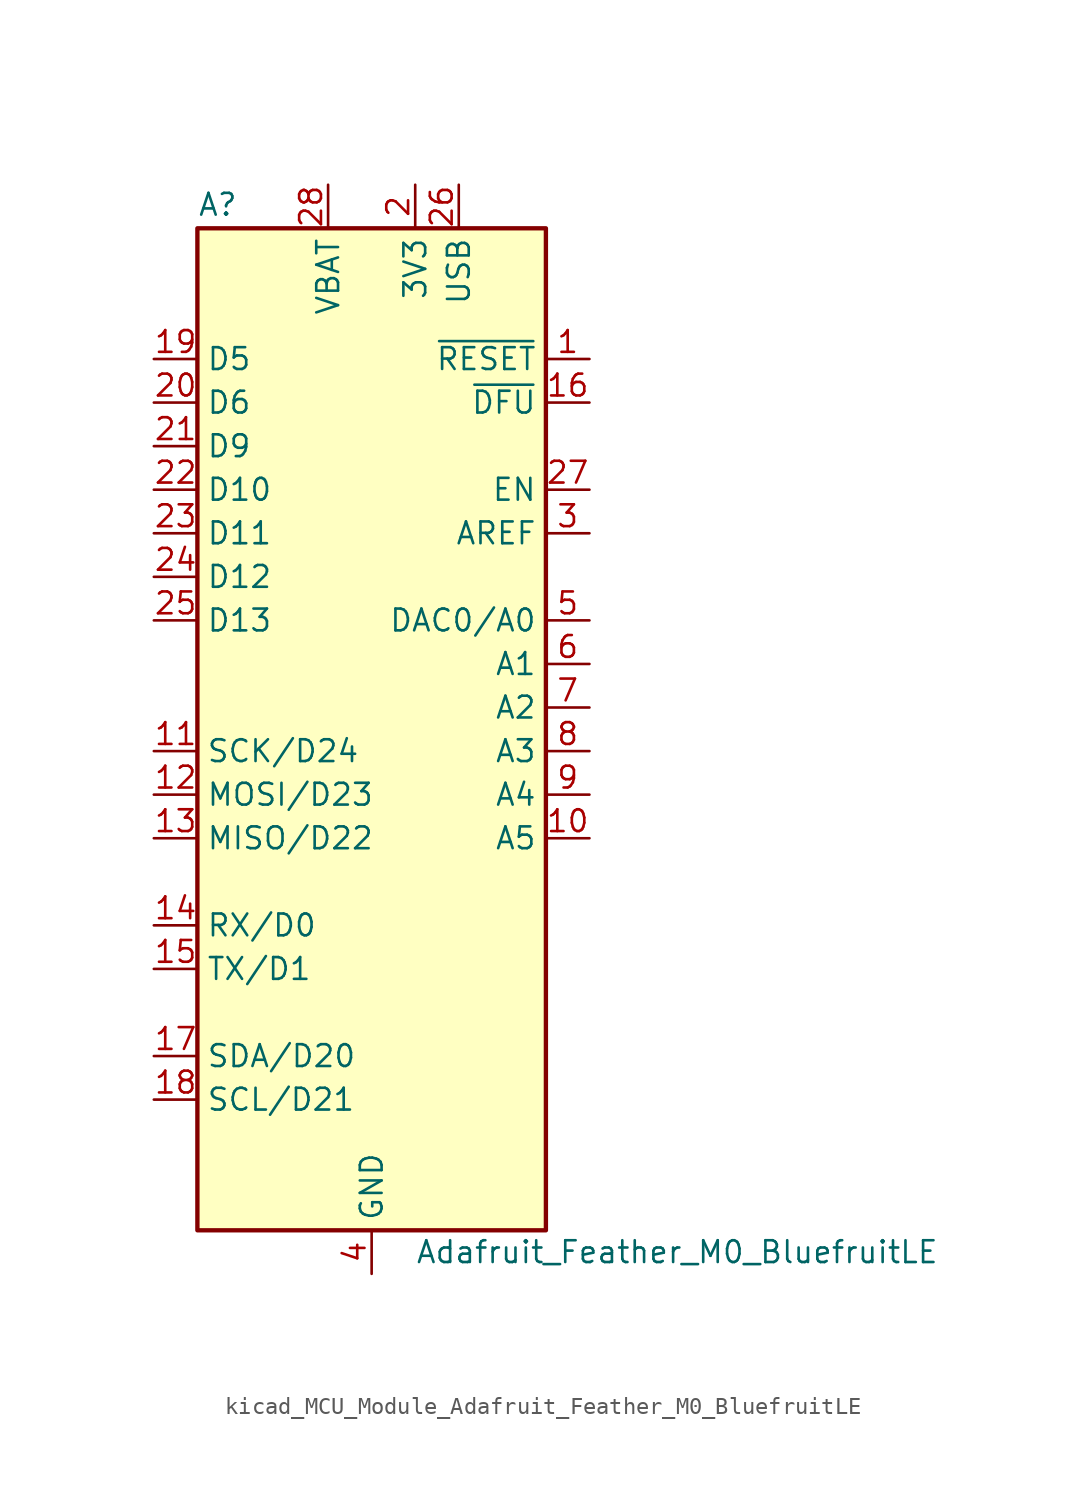
<source format=kicad_sym>
(kicad_symbol_lib
  (version 20220914)
  (generator kicad_symbol_editor)
  (symbol "kicad_MCU_Module_Adafruit_Feather_M0_BluefruitLE"
    (property "Reference" "A"
      (at -10.16 28.575 0)
      (effects (font (size 1.27 1.27)) (justify left bottom)))
    (property "Value" "Adafruit_Feather_M0_BluefruitLE"
      (at 2.54 -31.75 0)
      (effects (font (size 1.27 1.27)) (justify left)))
    (symbol "kicad_MCU_Module_Adafruit_Feather_M0_BluefruitLE_0_1"
      (rectangle (start -10.16 27.94) (end 10.16 -30.48) (stroke (width 0.254) (type default)) (fill (type background))))
    (symbol "kicad_MCU_Module_Adafruit_Feather_M0_BluefruitLE_1_1"
      (pin input line (at 12.7 20.32 180) (length 2.54) (name "~{RESET}" (effects (font (size 1.27 1.27)))) (number "1" (effects (font (size 1.27 1.27)))))
      (pin bidirectional line (at 12.7 -7.62 180) (length 2.54) (name "A5" (effects (font (size 1.27 1.27)))) (number "10" (effects (font (size 1.27 1.27)))))
      (pin bidirectional line (at -12.7 -2.54 0) (length 2.54) (name "SCK/D24" (effects (font (size 1.27 1.27)))) (number "11" (effects (font (size 1.27 1.27)))))
      (pin bidirectional line (at -12.7 -5.08 0) (length 2.54) (name "MOSI/D23" (effects (font (size 1.27 1.27)))) (number "12" (effects (font (size 1.27 1.27)))))
      (pin bidirectional line (at -12.7 -7.62 0) (length 2.54) (name "MISO/D22" (effects (font (size 1.27 1.27)))) (number "13" (effects (font (size 1.27 1.27)))))
      (pin bidirectional line (at -12.7 -12.7 0) (length 2.54) (name "RX/D0" (effects (font (size 1.27 1.27)))) (number "14" (effects (font (size 1.27 1.27)))))
      (pin bidirectional line (at -12.7 -15.24 0) (length 2.54) (name "TX/D1" (effects (font (size 1.27 1.27)))) (number "15" (effects (font (size 1.27 1.27)))))
      (pin input line (at 12.7 17.78 180) (length 2.54) (name "~{DFU}" (effects (font (size 1.27 1.27)))) (number "16" (effects (font (size 1.27 1.27)))))
      (pin bidirectional line (at -12.7 -20.32 0) (length 2.54) (name "SDA/D20" (effects (font (size 1.27 1.27)))) (number "17" (effects (font (size 1.27 1.27)))))
      (pin bidirectional line (at -12.7 -22.86 0) (length 2.54) (name "SCL/D21" (effects (font (size 1.27 1.27)))) (number "18" (effects (font (size 1.27 1.27)))))
      (pin bidirectional line (at -12.7 20.32 0) (length 2.54) (name "D5" (effects (font (size 1.27 1.27)))) (number "19" (effects (font (size 1.27 1.27)))))
      (pin power_in line (at 2.54 30.48 270) (length 2.54) (name "3V3" (effects (font (size 1.27 1.27)))) (number "2" (effects (font (size 1.27 1.27)))))
      (pin bidirectional line (at -12.7 17.78 0) (length 2.54) (name "D6" (effects (font (size 1.27 1.27)))) (number "20" (effects (font (size 1.27 1.27)))))
      (pin bidirectional line (at -12.7 15.24 0) (length 2.54) (name "D9" (effects (font (size 1.27 1.27)))) (number "21" (effects (font (size 1.27 1.27)))))
      (pin bidirectional line (at -12.7 12.7 0) (length 2.54) (name "D10" (effects (font (size 1.27 1.27)))) (number "22" (effects (font (size 1.27 1.27)))))
      (pin bidirectional line (at -12.7 10.16 0) (length 2.54) (name "D11" (effects (font (size 1.27 1.27)))) (number "23" (effects (font (size 1.27 1.27)))))
      (pin bidirectional line (at -12.7 7.62 0) (length 2.54) (name "D12" (effects (font (size 1.27 1.27)))) (number "24" (effects (font (size 1.27 1.27)))))
      (pin bidirectional line (at -12.7 5.08 0) (length 2.54) (name "D13" (effects (font (size 1.27 1.27)))) (number "25" (effects (font (size 1.27 1.27)))))
      (pin power_in line (at 5.08 30.48 270) (length 2.54) (name "USB" (effects (font (size 1.27 1.27)))) (number "26" (effects (font (size 1.27 1.27)))))
      (pin input line (at 12.7 12.7 180) (length 2.54) (name "EN" (effects (font (size 1.27 1.27)))) (number "27" (effects (font (size 1.27 1.27)))))
      (pin power_in line (at -2.54 30.48 270) (length 2.54) (name "VBAT" (effects (font (size 1.27 1.27)))) (number "28" (effects (font (size 1.27 1.27)))))
      (pin input line (at 12.7 10.16 180) (length 2.54) (name "AREF" (effects (font (size 1.27 1.27)))) (number "3" (effects (font (size 1.27 1.27)))))
      (pin power_in line (at 0 -33.02 90) (length 2.54) (name "GND" (effects (font (size 1.27 1.27)))) (number "4" (effects (font (size 1.27 1.27)))))
      (pin bidirectional line (at 12.7 5.08 180) (length 2.54) (name "DAC0/A0" (effects (font (size 1.27 1.27)))) (number "5" (effects (font (size 1.27 1.27)))))
      (pin bidirectional line (at 12.7 2.54 180) (length 2.54) (name "A1" (effects (font (size 1.27 1.27)))) (number "6" (effects (font (size 1.27 1.27)))))
      (pin bidirectional line (at 12.7 0 180) (length 2.54) (name "A2" (effects (font (size 1.27 1.27)))) (number "7" (effects (font (size 1.27 1.27)))))
      (pin bidirectional line (at 12.7 -2.54 180) (length 2.54) (name "A3" (effects (font (size 1.27 1.27)))) (number "8" (effects (font (size 1.27 1.27)))))
      (pin bidirectional line (at 12.7 -5.08 180) (length 2.54) (name "A4" (effects (font (size 1.27 1.27)))) (number "9" (effects (font (size 1.27 1.27))))))))
</source>
